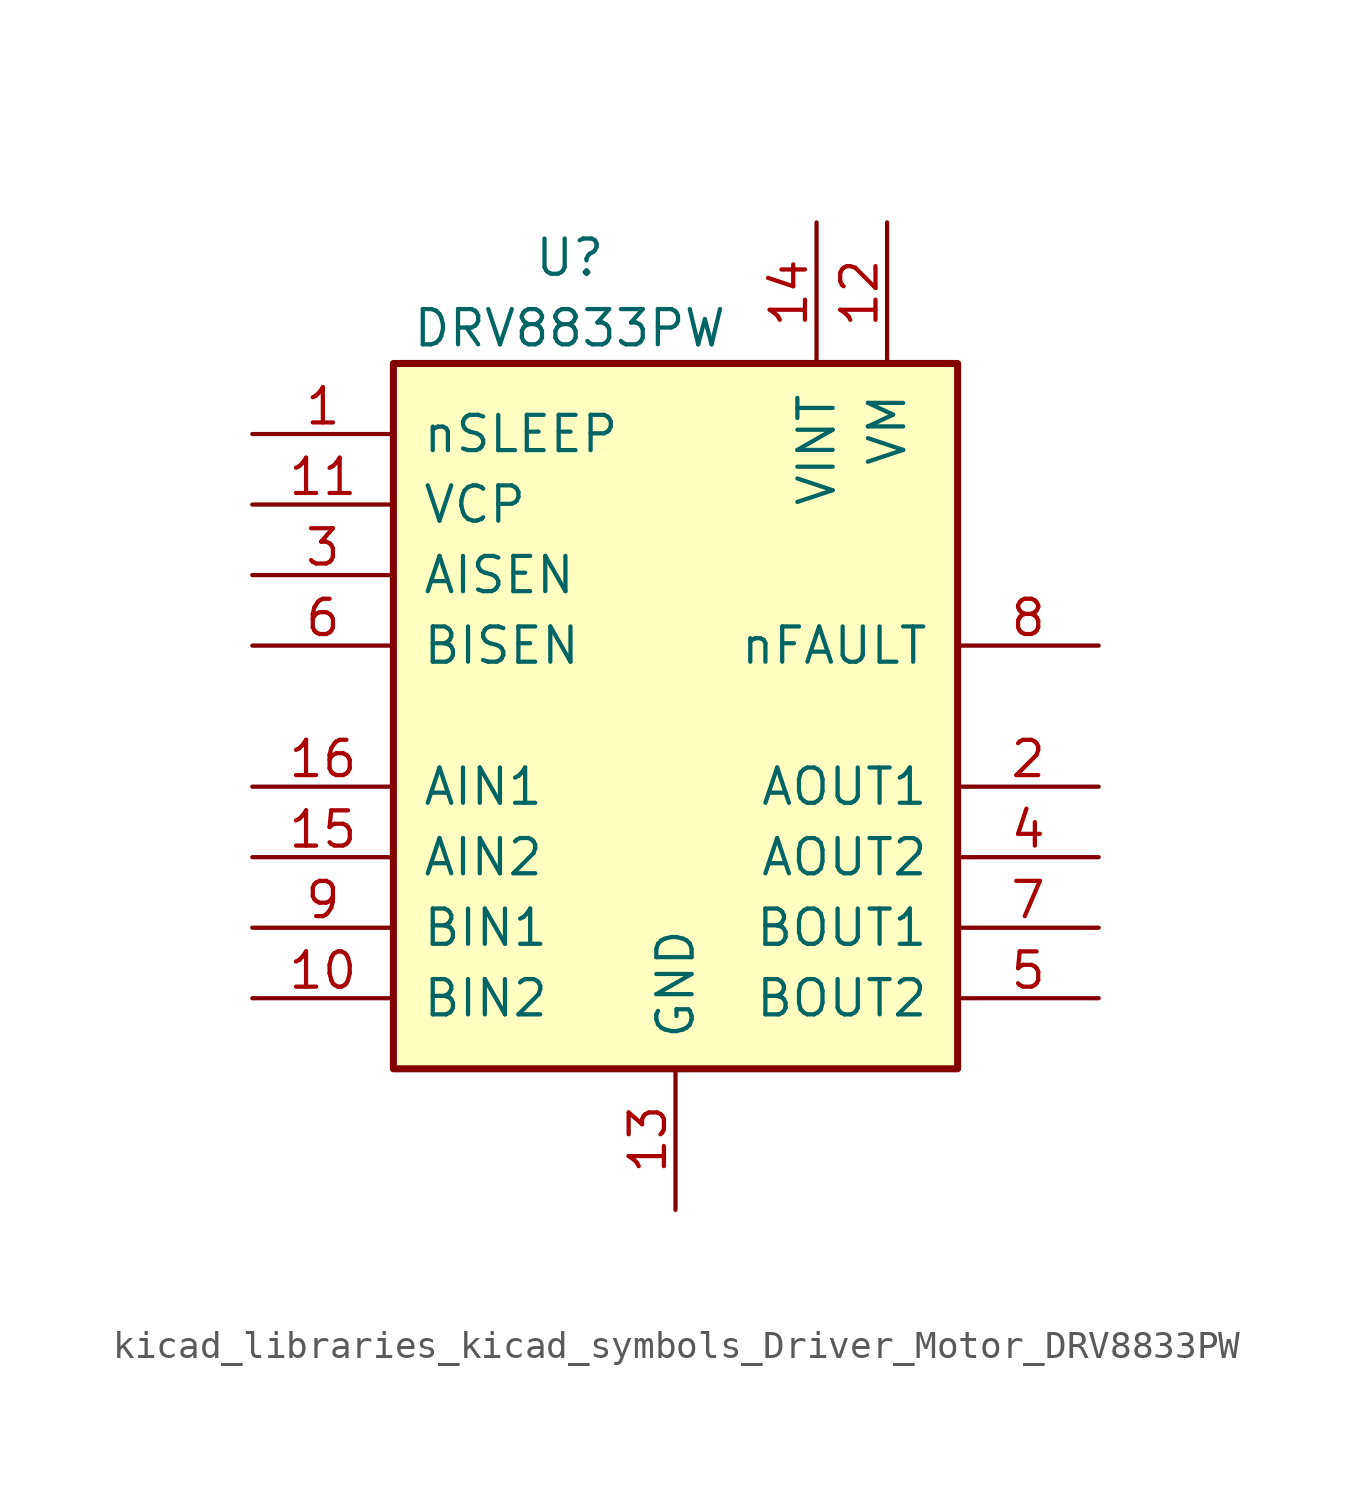
<source format=kicad_sym>
(kicad_symbol_lib
  (version 20220914)
  (generator kicad_symbol_editor)
  (symbol "kicad_libraries_kicad_symbols_Driver_Motor_DRV8833PW"
    (pin_names
      (offset 1.016))
    (property "Reference" "U"
      (at -3.81 16.51 0)
      (effects (font (size 1.27 1.27))))
    (property "Value" "DRV8833PW"
      (at -3.81 13.97 0)
      (effects (font (size 1.27 1.27))))
    (symbol "kicad_libraries_kicad_symbols_Driver_Motor_DRV8833PW_0_1"
      (rectangle (start -10.16 12.7) (end 10.16 -12.7) (stroke (width 0.254) (type default)) (fill (type background))))
    (symbol "kicad_libraries_kicad_symbols_Driver_Motor_DRV8833PW_1_1"
      (pin input line (at -15.24 10.16 0) (length 5.08) (name "nSLEEP" (effects (font (size 1.27 1.27)))) (number "1" (effects (font (size 1.27 1.27)))))
      (pin input line (at -15.24 -10.16 0) (length 5.08) (name "BIN2" (effects (font (size 1.27 1.27)))) (number "10" (effects (font (size 1.27 1.27)))))
      (pin bidirectional line (at -15.24 7.62 0) (length 5.08) (name "VCP" (effects (font (size 1.27 1.27)))) (number "11" (effects (font (size 1.27 1.27)))))
      (pin power_in line (at 7.62 17.78 270) (length 5.08) (name "VM" (effects (font (size 1.27 1.27)))) (number "12" (effects (font (size 1.27 1.27)))))
      (pin power_in line (at 0 -17.78 90) (length 5.08) (name "GND" (effects (font (size 1.27 1.27)))) (number "13" (effects (font (size 1.27 1.27)))))
      (pin power_in line (at 5.08 17.78 270) (length 5.08) (name "VINT" (effects (font (size 1.27 1.27)))) (number "14" (effects (font (size 1.27 1.27)))))
      (pin input line (at -15.24 -5.08 0) (length 5.08) (name "AIN2" (effects (font (size 1.27 1.27)))) (number "15" (effects (font (size 1.27 1.27)))))
      (pin input line (at -15.24 -2.54 0) (length 5.08) (name "AIN1" (effects (font (size 1.27 1.27)))) (number "16" (effects (font (size 1.27 1.27)))))
      (pin power_out line (at 15.24 -2.54 180) (length 5.08) (name "AOUT1" (effects (font (size 1.27 1.27)))) (number "2" (effects (font (size 1.27 1.27)))))
      (pin bidirectional line (at -15.24 5.08 0) (length 5.08) (name "AISEN" (effects (font (size 1.27 1.27)))) (number "3" (effects (font (size 1.27 1.27)))))
      (pin power_out line (at 15.24 -5.08 180) (length 5.08) (name "AOUT2" (effects (font (size 1.27 1.27)))) (number "4" (effects (font (size 1.27 1.27)))))
      (pin power_out line (at 15.24 -10.16 180) (length 5.08) (name "BOUT2" (effects (font (size 1.27 1.27)))) (number "5" (effects (font (size 1.27 1.27)))))
      (pin bidirectional line (at -15.24 2.54 0) (length 5.08) (name "BISEN" (effects (font (size 1.27 1.27)))) (number "6" (effects (font (size 1.27 1.27)))))
      (pin power_out line (at 15.24 -7.62 180) (length 5.08) (name "BOUT1" (effects (font (size 1.27 1.27)))) (number "7" (effects (font (size 1.27 1.27)))))
      (pin open_collector line (at 15.24 2.54 180) (length 5.08) (name "nFAULT" (effects (font (size 1.27 1.27)))) (number "8" (effects (font (size 1.27 1.27)))))
      (pin input line (at -15.24 -7.62 0) (length 5.08) (name "BIN1" (effects (font (size 1.27 1.27)))) (number "9" (effects (font (size 1.27 1.27))))))))
</source>
